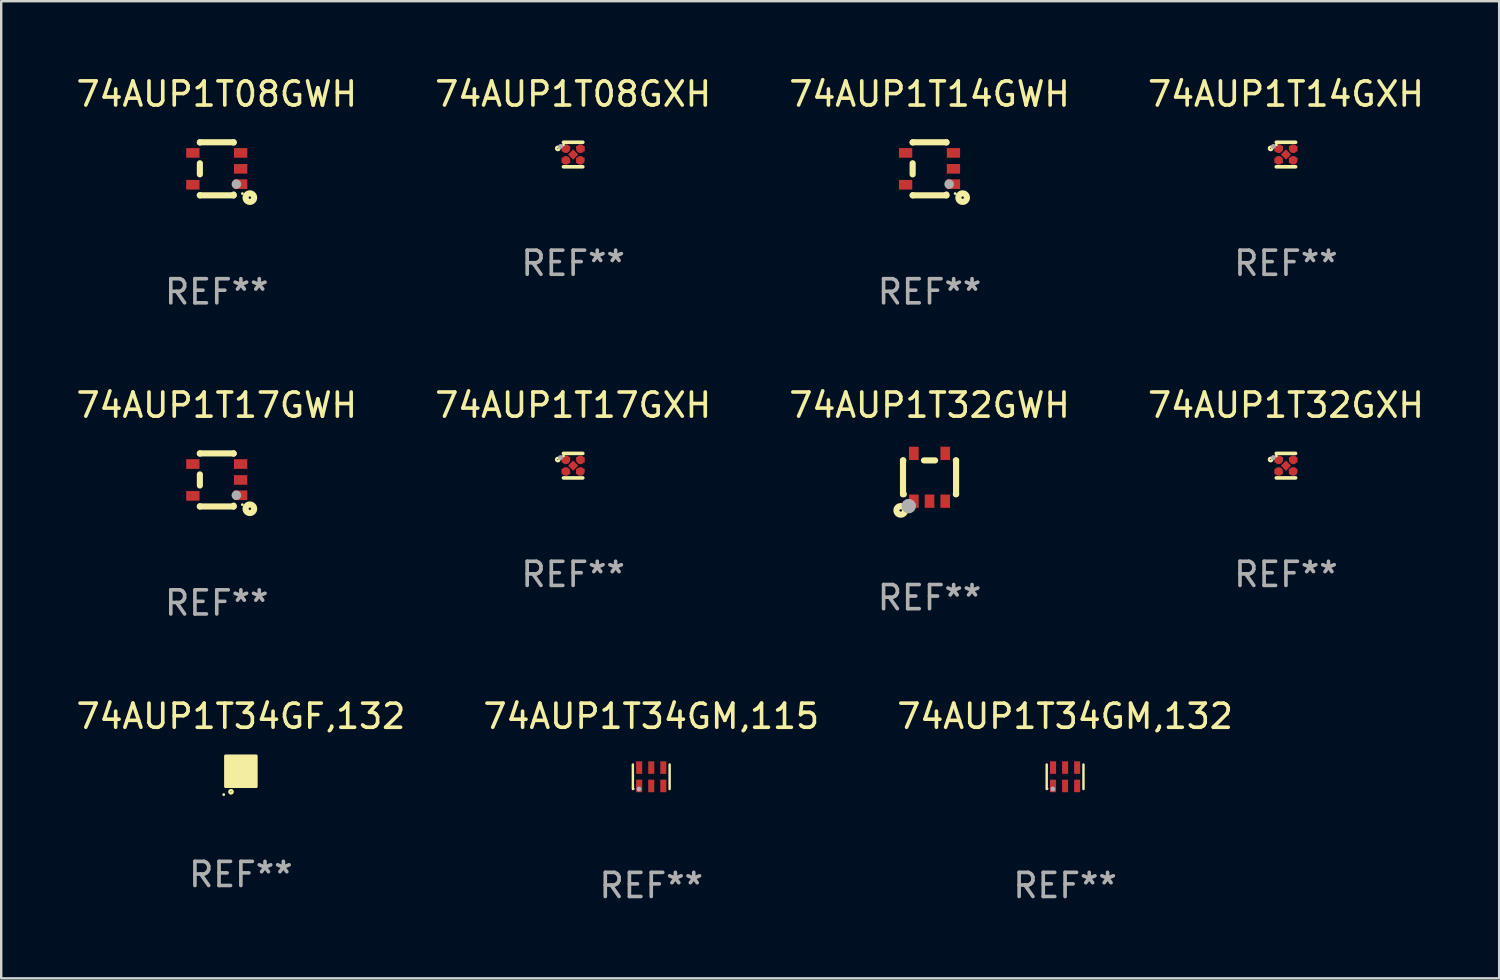
<source format=kicad_pcb>
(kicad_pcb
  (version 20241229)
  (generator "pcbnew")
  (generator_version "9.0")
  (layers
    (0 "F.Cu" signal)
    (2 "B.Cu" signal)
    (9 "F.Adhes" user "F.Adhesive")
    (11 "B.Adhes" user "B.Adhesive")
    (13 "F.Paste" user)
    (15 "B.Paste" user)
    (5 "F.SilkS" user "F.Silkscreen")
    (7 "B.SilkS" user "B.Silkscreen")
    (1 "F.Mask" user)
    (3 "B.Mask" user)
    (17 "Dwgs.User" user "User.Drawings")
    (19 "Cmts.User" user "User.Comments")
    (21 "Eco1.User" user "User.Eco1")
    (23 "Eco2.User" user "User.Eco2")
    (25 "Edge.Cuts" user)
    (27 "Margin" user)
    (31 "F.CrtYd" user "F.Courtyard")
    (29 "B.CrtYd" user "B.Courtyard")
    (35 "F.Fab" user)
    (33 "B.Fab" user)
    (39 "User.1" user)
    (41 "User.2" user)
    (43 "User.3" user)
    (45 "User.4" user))
  (footprint "74AUP1T17GWH"
    (layer "F.Cu")
    (at 5.935 16.845)
    (property "Reference" "74AUP1T17GWH" (at 0 -3.1 0) (layer "F.SilkS") (effects (font (size 1 1) (thickness 0.15))))
    (attr through_hole)
    (fp_line (start -0.7 -1.1) (end 0.7 -1.1) (stroke (width 0.254) (type solid)) (layer "F.SilkS"))
    (fp_line (start -0.7 -1.09) (end -0.7 -1.1) (stroke (width 0.254) (type solid)) (layer "F.SilkS"))
    (fp_line (start -0.7 0.23) (end -0.7 -0.23) (stroke (width 0.254) (type solid)) (layer "F.SilkS"))
    (fp_line (start -0.7 1.1) (end -0.7 1.09) (stroke (width 0.254) (type solid)) (layer "F.SilkS"))
    (fp_line (start -0.7 1.1) (end 0.7 1.1) (stroke (width 0.254) (type solid)) (layer "F.SilkS"))
    (fp_line (start 0.7 -1.09) (end 0.7 -1.1) (stroke (width 0.254) (type solid)) (layer "F.SilkS"))
    (fp_line (start 0.7 1.1) (end 0.7 1.065) (stroke (width 0.254) (type solid)) (layer "F.SilkS"))
    (fp_circle (center 1.062 1.025) (end 1.092 1.025) (stroke (width 0.06) (type solid)) (fill no) (layer "F.SilkS"))
    (fp_circle (center 1.372 1.194) (end 1.422 1.194) (stroke (width 0.254) (type solid)) (fill no) (layer "F.SilkS"))
    (fp_circle (center 0.813 0.635) (end 0.913 0.635) (stroke (width 0.2) (type solid)) (fill no) (layer "F.Fab"))
    (fp_text user "REF**" (at 0 5.1 0) (layer "F.Fab") (effects (font (size 1 1) (thickness 0.15))))
    (pad "1" smd rect (at 0.991 0.635 270) (size 0.399 0.551) (layers "F.Cu" "F.Mask" "F.Paste"))
    (pad "2" smd rect (at 0.991 0.000051 270) (size 0.399 0.551) (layers "F.Cu" "F.Mask" "F.Paste"))
    (pad "3" smd rect (at 0.991 -0.66 270) (size 0.399 0.551) (layers "F.Cu" "F.Mask" "F.Paste"))
    (pad "4" smd rect (at -0.991 -0.66 270) (size 0.399 0.551) (layers "F.Cu" "F.Mask" "F.Paste"))
    (pad "5" smd rect (at -0.991 0.66 270) (size 0.399 0.551) (layers "F.Cu" "F.Mask" "F.Paste")))
  (footprint "74AUP1T32GWH"
    (layer "F.Cu")
    (at 35.482 16.735)
    (property "Reference" "74AUP1T32GWH" (at 0 -2.991 0) (layer "F.SilkS") (effects (font (size 1 1) (thickness 0.15))))
    (attr through_hole)
    (fp_line (start -1.1 -0.7) (end -1.1 0.7) (stroke (width 0.254) (type solid)) (layer "F.SilkS"))
    (fp_line (start -1.1 -0.7) (end -1.09 -0.7) (stroke (width 0.254) (type solid)) (layer "F.SilkS"))
    (fp_line (start -1.1 0.7) (end -1.065 0.7) (stroke (width 0.254) (type solid)) (layer "F.SilkS"))
    (fp_line (start -0.23 -0.7) (end 0.23 -0.7) (stroke (width 0.254) (type solid)) (layer "F.SilkS"))
    (fp_line (start 1.09 -0.7) (end 1.1 -0.7) (stroke (width 0.254) (type solid)) (layer "F.SilkS"))
    (fp_line (start 1.09 0.7) (end 1.1 0.7) (stroke (width 0.254) (type solid)) (layer "F.SilkS"))
    (fp_line (start 1.1 -0.7) (end 1.1 0.7) (stroke (width 0.254) (type solid)) (layer "F.SilkS"))
    (fp_circle (center -1.194 1.372) (end -1.143 1.372) (stroke (width 0.254) (type solid)) (fill no) (layer "F.SilkS"))
    (fp_circle (center -1.05 1.063) (end -1.02 1.063) (stroke (width 0.06) (type solid)) (fill no) (layer "F.SilkS"))
    (fp_circle (center -0.864 1.194) (end -0.713 1.194) (stroke (width 0.3) (type solid)) (fill no) (layer "F.Fab"))
    (fp_text user "REF**" (at 0 4.991 0) (layer "F.Fab") (effects (font (size 1 1) (thickness 0.15))))
    (pad "1" smd rect (at -0.65 0.991 180) (size 0.399 0.551) (layers "F.Cu" "F.Mask" "F.Paste"))
    (pad "2" smd rect (at 0 0.991 180) (size 0.399 0.551) (layers "F.Cu" "F.Mask" "F.Paste"))
    (pad "3" smd rect (at 0.65 0.991 180) (size 0.399 0.551) (layers "F.Cu" "F.Mask" "F.Paste"))
    (pad "4" smd rect (at 0.65 -0.991 180) (size 0.399 0.551) (layers "F.Cu" "F.Mask" "F.Paste"))
    (pad "5" smd rect (at -0.65 -0.991 180) (size 0.399 0.551) (layers "F.Cu" "F.Mask" "F.Paste")))
  (footprint "74AUP1T08GWH"
    (layer "F.Cu")
    (at 5.935 3.948)
    (property "Reference" "74AUP1T08GWH" (at 0 -3.1 0) (layer "F.SilkS") (effects (font (size 1 1) (thickness 0.15))))
    (attr through_hole)
    (fp_line (start -0.7 -1.1) (end 0.7 -1.1) (stroke (width 0.254) (type solid)) (layer "F.SilkS"))
    (fp_line (start -0.7 -1.09) (end -0.7 -1.1) (stroke (width 0.254) (type solid)) (layer "F.SilkS"))
    (fp_line (start -0.7 0.23) (end -0.7 -0.23) (stroke (width 0.254) (type solid)) (layer "F.SilkS"))
    (fp_line (start -0.7 1.1) (end -0.7 1.09) (stroke (width 0.254) (type solid)) (layer "F.SilkS"))
    (fp_line (start -0.7 1.1) (end 0.7 1.1) (stroke (width 0.254) (type solid)) (layer "F.SilkS"))
    (fp_line (start 0.7 -1.09) (end 0.7 -1.1) (stroke (width 0.254) (type solid)) (layer "F.SilkS"))
    (fp_line (start 0.7 1.1) (end 0.7 1.065) (stroke (width 0.254) (type solid)) (layer "F.SilkS"))
    (fp_circle (center 1.062 1.025) (end 1.092 1.025) (stroke (width 0.06) (type solid)) (fill no) (layer "F.SilkS"))
    (fp_circle (center 1.372 1.194) (end 1.422 1.194) (stroke (width 0.254) (type solid)) (fill no) (layer "F.SilkS"))
    (fp_circle (center 0.813 0.635) (end 0.913 0.635) (stroke (width 0.2) (type solid)) (fill no) (layer "F.Fab"))
    (fp_text user "REF**" (at 0 5.1 0) (layer "F.Fab") (effects (font (size 1 1) (thickness 0.15))))
    (pad "1" smd rect (at 0.991 0.635 270) (size 0.399 0.551) (layers "F.Cu" "F.Mask" "F.Paste"))
    (pad "2" smd rect (at 0.991 0.000051 270) (size 0.399 0.551) (layers "F.Cu" "F.Mask" "F.Paste"))
    (pad "3" smd rect (at 0.991 -0.66 270) (size 0.399 0.551) (layers "F.Cu" "F.Mask" "F.Paste"))
    (pad "4" smd rect (at -0.991 -0.66 270) (size 0.399 0.551) (layers "F.Cu" "F.Mask" "F.Paste"))
    (pad "5" smd rect (at -0.991 0.66 270) (size 0.399 0.551) (layers "F.Cu" "F.Mask" "F.Paste")))
  (footprint "74AUP1T17GXH"
    (layer "F.Cu")
    (at 20.708 16.253)
    (property "Reference" "74AUP1T17GXH" (at 0 -2.508 0) (layer "F.SilkS") (effects (font (size 1 1) (thickness 0.15))))
    (attr through_hole)
    (fp_line (start 0.4 -0.508) (end -0.4 -0.508) (stroke (width 0.15) (type solid)) (layer "F.SilkS"))
    (fp_line (start 0.4 0.508) (end -0.4 0.508) (stroke (width 0.15) (type solid)) (layer "F.SilkS"))
    (fp_circle (center -0.635 -0.254) (end -0.615 -0.254) (stroke (width 0.1) (type solid)) (fill no) (layer "F.SilkS"))
    (fp_circle (center -0.401 -0.4) (end -0.371 -0.4) (stroke (width 0.06) (type solid)) (fill no) (layer "F.SilkS"))
    (fp_circle (center -0.523 -0.337) (end -0.473 -0.337) (stroke (width 0.1) (type solid)) (fill no) (layer "F.Fab"))
    (fp_text user "REF**" (at 0 4.508 0) (layer "F.Fab") (effects (font (size 1 1) (thickness 0.15))))
    (pad "1" smd custom (at -0.3 -0.24) (size 0.36 0.22) (layers "F.Cu" "F.Mask" "F.Paste") (options (anchor circle)) (primitives (gr_poly (pts (xy -0.18 -0.11) (xy -0.18 0.11) (xy 0.000127 0.11) (xy 0.18 -0.03) (xy 0.18 -0.11) (xy -0.18 -0.11)) (width 0) (fill yes))))
    (pad "2" smd custom (at -0.3 0.24) (size 0.36 0.22) (layers "F.Cu" "F.Mask" "F.Paste") (options (anchor circle)) (primitives (gr_poly (pts (xy -0.18 0.11) (xy -0.18 -0.11) (xy 0.000127 -0.11) (xy 0.18 0.03) (xy 0.18 0.11) (xy -0.18 0.11)) (width 0) (fill yes))))
    (pad "3" smd rect (at 0.000102 -0.000127 45) (size 0.3 0.3) (layers "F.Cu" "F.Mask" "F.Paste"))
    (pad "4" smd custom (at 0.3 0.24 180) (size 0.36 0.22) (layers "F.Cu" "F.Mask" "F.Paste") (options (anchor circle)) (primitives (gr_poly (pts (xy 0.18 0.11) (xy 0.18 -0.11) (xy -0.000178 -0.11) (xy -0.18 0.03) (xy -0.18 0.11) (xy 0.18 0.11)) (width 0) (fill yes))))
    (pad "5" smd custom (at 0.3 -0.24) (size 0.36 0.22) (layers "F.Cu" "F.Mask" "F.Paste") (options (anchor circle)) (primitives (gr_poly (pts (xy 0.18 -0.11) (xy 0.18 0.11) (xy -0.000152 0.11) (xy -0.18 -0.03) (xy -0.18 -0.11) (xy 0.18 -0.11)) (width 0) (fill yes)))))
  (footprint "74AUP1T34GF,132"
    (layer "F.Cu")
    (at 6.935 28.921)
    (property "Reference" "74AUP1T34GF,132" (at 0 -2.28 0) (layer "F.SilkS") (effects (font (size 1 1) (thickness 0.15))))
    (attr through_hole)
    (fp_circle (center -0.71 0.968) (end -0.68 0.968) (stroke (width 0.06) (type solid)) (fill no) (layer "F.SilkS"))
    (fp_circle (center -0.41 0.85) (end -0.342 0.85) (stroke (width 0.1) (type solid)) (fill no) (layer "F.SilkS"))
    (fp_poly (pts (xy -0.635 -0.635) (xy 0.635 -0.635) (xy 0.635 0.635) (xy -0.635 0.635)) (stroke (width 0.12) (type solid)) (fill yes) (layer "F.SilkS"))
    (fp_text user "REF**" (at 0 4.28 0) (layer "F.Fab") (effects (font (size 1 1) (thickness 0.15))))
    (pad "1" smd rect (at -0.35 0.28 90) (size 0.35 0.2) (layers "F.Cu" "F.Mask" "F.Paste"))
    (pad "2" smd rect (at 0 0.28 90) (size 0.35 0.2) (layers "F.Cu" "F.Mask" "F.Paste"))
    (pad "3" smd rect (at 0.35 0.28 90) (size 0.35 0.2) (layers "F.Cu" "F.Mask" "F.Paste"))
    (pad "4" smd rect (at 0.35 -0.28 90) (size 0.35 0.2) (layers "F.Cu" "F.Mask" "F.Paste"))
    (pad "5" smd rect (at 0 -0.28 90) (size 0.35 0.2) (layers "F.Cu" "F.Mask" "F.Paste"))
    (pad "6" smd rect (at -0.35 -0.28 90) (size 0.35 0.2) (layers "F.Cu" "F.Mask" "F.Paste")))
  (footprint "74AUP1T14GXH"
    (layer "F.Cu")
    (at 50.256 3.356)
    (property "Reference" "74AUP1T14GXH" (at 0 -2.508 0) (layer "F.SilkS") (effects (font (size 1 1) (thickness 0.15))))
    (attr through_hole)
    (fp_line (start 0.4 -0.508) (end -0.4 -0.508) (stroke (width 0.15) (type solid)) (layer "F.SilkS"))
    (fp_line (start 0.4 0.508) (end -0.4 0.508) (stroke (width 0.15) (type solid)) (layer "F.SilkS"))
    (fp_circle (center -0.635 -0.254) (end -0.615 -0.254) (stroke (width 0.1) (type solid)) (fill no) (layer "F.SilkS"))
    (fp_circle (center -0.401 -0.4) (end -0.371 -0.4) (stroke (width 0.06) (type solid)) (fill no) (layer "F.SilkS"))
    (fp_circle (center -0.523 -0.337) (end -0.473 -0.337) (stroke (width 0.1) (type solid)) (fill no) (layer "F.Fab"))
    (fp_text user "REF**" (at 0 4.508 0) (layer "F.Fab") (effects (font (size 1 1) (thickness 0.15))))
    (pad "1" smd custom (at -0.3 -0.24) (size 0.36 0.22) (layers "F.Cu" "F.Mask" "F.Paste") (options (anchor circle)) (primitives (gr_poly (pts (xy -0.18 -0.11) (xy -0.18 0.11) (xy 0.000127 0.11) (xy 0.18 -0.03) (xy 0.18 -0.11) (xy -0.18 -0.11)) (width 0) (fill yes))))
    (pad "2" smd custom (at -0.3 0.24) (size 0.36 0.22) (layers "F.Cu" "F.Mask" "F.Paste") (options (anchor circle)) (primitives (gr_poly (pts (xy -0.18 0.11) (xy -0.18 -0.11) (xy 0.000127 -0.11) (xy 0.18 0.03) (xy 0.18 0.11) (xy -0.18 0.11)) (width 0) (fill yes))))
    (pad "3" smd rect (at 0.000102 -0.000127 45) (size 0.3 0.3) (layers "F.Cu" "F.Mask" "F.Paste"))
    (pad "4" smd custom (at 0.3 0.24 180) (size 0.36 0.22) (layers "F.Cu" "F.Mask" "F.Paste") (options (anchor circle)) (primitives (gr_poly (pts (xy 0.18 0.11) (xy 0.18 -0.11) (xy -0.000178 -0.11) (xy -0.18 0.03) (xy -0.18 0.11) (xy 0.18 0.11)) (width 0) (fill yes))))
    (pad "5" smd custom (at 0.3 -0.24) (size 0.36 0.22) (layers "F.Cu" "F.Mask" "F.Paste") (options (anchor circle)) (primitives (gr_poly (pts (xy 0.18 -0.11) (xy 0.18 0.11) (xy -0.000152 0.11) (xy -0.18 -0.03) (xy -0.18 -0.11) (xy 0.18 -0.11)) (width 0) (fill yes)))))
  (footprint "74AUP1T08GXH"
    (layer "F.Cu")
    (at 20.708 3.356)
    (property "Reference" "74AUP1T08GXH" (at 0 -2.508 0) (layer "F.SilkS") (effects (font (size 1 1) (thickness 0.15))))
    (attr through_hole)
    (fp_line (start 0.4 -0.508) (end -0.4 -0.508) (stroke (width 0.15) (type solid)) (layer "F.SilkS"))
    (fp_line (start 0.4 0.508) (end -0.4 0.508) (stroke (width 0.15) (type solid)) (layer "F.SilkS"))
    (fp_circle (center -0.635 -0.254) (end -0.615 -0.254) (stroke (width 0.1) (type solid)) (fill no) (layer "F.SilkS"))
    (fp_circle (center -0.401 -0.4) (end -0.371 -0.4) (stroke (width 0.06) (type solid)) (fill no) (layer "F.SilkS"))
    (fp_circle (center -0.523 -0.337) (end -0.473 -0.337) (stroke (width 0.1) (type solid)) (fill no) (layer "F.Fab"))
    (fp_text user "REF**" (at 0 4.508 0) (layer "F.Fab") (effects (font (size 1 1) (thickness 0.15))))
    (pad "1" smd custom (at -0.3 -0.24) (size 0.36 0.22) (layers "F.Cu" "F.Mask" "F.Paste") (options (anchor circle)) (primitives (gr_poly (pts (xy -0.18 -0.11) (xy -0.18 0.11) (xy 0.000127 0.11) (xy 0.18 -0.03) (xy 0.18 -0.11) (xy -0.18 -0.11)) (width 0) (fill yes))))
    (pad "2" smd custom (at -0.3 0.24) (size 0.36 0.22) (layers "F.Cu" "F.Mask" "F.Paste") (options (anchor circle)) (primitives (gr_poly (pts (xy -0.18 0.11) (xy -0.18 -0.11) (xy 0.000127 -0.11) (xy 0.18 0.03) (xy 0.18 0.11) (xy -0.18 0.11)) (width 0) (fill yes))))
    (pad "3" smd rect (at 0.000102 -0.000127 45) (size 0.3 0.3) (layers "F.Cu" "F.Mask" "F.Paste"))
    (pad "4" smd custom (at 0.3 0.24 180) (size 0.36 0.22) (layers "F.Cu" "F.Mask" "F.Paste") (options (anchor circle)) (primitives (gr_poly (pts (xy 0.18 0.11) (xy 0.18 -0.11) (xy -0.000178 -0.11) (xy -0.18 0.03) (xy -0.18 0.11) (xy 0.18 0.11)) (width 0) (fill yes))))
    (pad "5" smd custom (at 0.3 -0.24) (size 0.36 0.22) (layers "F.Cu" "F.Mask" "F.Paste") (options (anchor circle)) (primitives (gr_poly (pts (xy 0.18 -0.11) (xy 0.18 0.11) (xy -0.000152 0.11) (xy -0.18 -0.03) (xy -0.18 -0.11) (xy 0.18 -0.11)) (width 0) (fill yes)))))
  (footprint "74AUP1T32GXH"
    (layer "F.Cu")
    (at 50.256 16.253)
    (property "Reference" "74AUP1T32GXH" (at 0 -2.508 0) (layer "F.SilkS") (effects (font (size 1 1) (thickness 0.15))))
    (attr through_hole)
    (fp_line (start 0.4 -0.508) (end -0.4 -0.508) (stroke (width 0.15) (type solid)) (layer "F.SilkS"))
    (fp_line (start 0.4 0.508) (end -0.4 0.508) (stroke (width 0.15) (type solid)) (layer "F.SilkS"))
    (fp_circle (center -0.635 -0.254) (end -0.615 -0.254) (stroke (width 0.1) (type solid)) (fill no) (layer "F.SilkS"))
    (fp_circle (center -0.401 -0.4) (end -0.371 -0.4) (stroke (width 0.06) (type solid)) (fill no) (layer "F.SilkS"))
    (fp_circle (center -0.523 -0.337) (end -0.473 -0.337) (stroke (width 0.1) (type solid)) (fill no) (layer "F.Fab"))
    (fp_text user "REF**" (at 0 4.508 0) (layer "F.Fab") (effects (font (size 1 1) (thickness 0.15))))
    (pad "1" smd custom (at -0.3 -0.24) (size 0.36 0.22) (layers "F.Cu" "F.Mask" "F.Paste") (options (anchor circle)) (primitives (gr_poly (pts (xy -0.18 -0.11) (xy -0.18 0.11) (xy 0.000127 0.11) (xy 0.18 -0.03) (xy 0.18 -0.11) (xy -0.18 -0.11)) (width 0) (fill yes))))
    (pad "2" smd custom (at -0.3 0.24) (size 0.36 0.22) (layers "F.Cu" "F.Mask" "F.Paste") (options (anchor circle)) (primitives (gr_poly (pts (xy -0.18 0.11) (xy -0.18 -0.11) (xy 0.000127 -0.11) (xy 0.18 0.03) (xy 0.18 0.11) (xy -0.18 0.11)) (width 0) (fill yes))))
    (pad "3" smd rect (at 0.000102 -0.000127 45) (size 0.3 0.3) (layers "F.Cu" "F.Mask" "F.Paste"))
    (pad "4" smd custom (at 0.3 0.24 180) (size 0.36 0.22) (layers "F.Cu" "F.Mask" "F.Paste") (options (anchor circle)) (primitives (gr_poly (pts (xy 0.18 0.11) (xy 0.18 -0.11) (xy -0.000178 -0.11) (xy -0.18 0.03) (xy -0.18 0.11) (xy 0.18 0.11)) (width 0) (fill yes))))
    (pad "5" smd custom (at 0.3 -0.24) (size 0.36 0.22) (layers "F.Cu" "F.Mask" "F.Paste") (options (anchor circle)) (primitives (gr_poly (pts (xy 0.18 -0.11) (xy 0.18 0.11) (xy -0.000152 0.11) (xy -0.18 -0.03) (xy -0.18 -0.11) (xy 0.18 -0.11)) (width 0) (fill yes)))))
  (footprint "74AUP1T34GM,115"
    (layer "F.Cu")
    (at 23.946 29.149)
    (property "Reference" "74AUP1T34GM,115" (at 0 -2.508 0) (layer "F.SilkS") (effects (font (size 1 1) (thickness 0.15))))
    (attr through_hole)
    (fp_line (start -0.762 -0.508) (end -0.762 0.508) (stroke (width 0.1) (type solid)) (layer "F.SilkS"))
    (fp_line (start 0.762 -0.508) (end 0.762 0.508) (stroke (width 0.1) (type solid)) (layer "F.SilkS"))
    (fp_circle (center -0.725 0.5) (end -0.705 0.5) (stroke (width 0.04) (type solid)) (fill no) (layer "F.SilkS"))
    (fp_circle (center -0.508 0.508) (end -0.458 0.508) (stroke (width 0.1) (type solid)) (fill no) (layer "F.Fab"))
    (fp_text user "REF**" (at 0 4.508 0) (layer "F.Fab") (effects (font (size 1 1) (thickness 0.15))))
    (pad "1" smd rect (at -0.5 0.38) (size 0.25 0.52) (layers "F.Cu" "F.Mask" "F.Paste"))
    (pad "2" smd rect (at -0.000127 0.38) (size 0.25 0.52) (layers "F.Cu" "F.Mask" "F.Paste"))
    (pad "3" smd rect (at 0.5 0.38) (size 0.25 0.52) (layers "F.Cu" "F.Mask" "F.Paste"))
    (pad "4" smd rect (at 0.5 -0.38 180) (size 0.25 0.52) (layers "F.Cu" "F.Mask" "F.Paste"))
    (pad "5" smd rect (at -0.000127 -0.38 180) (size 0.25 0.52) (layers "F.Cu" "F.Mask" "F.Paste"))
    (pad "6" smd rect (at -0.5 -0.38 180) (size 0.25 0.52) (layers "F.Cu" "F.Mask" "F.Paste")))
  (footprint "74AUP1T34GM,132"
    (layer "F.Cu")
    (at 41.101 29.149)
    (property "Reference" "74AUP1T34GM,132" (at 0 -2.508 0) (layer "F.SilkS") (effects (font (size 1 1) (thickness 0.15))))
    (attr through_hole)
    (fp_line (start -0.762 -0.508) (end -0.762 0.508) (stroke (width 0.1) (type solid)) (layer "F.SilkS"))
    (fp_line (start 0.762 -0.508) (end 0.762 0.508) (stroke (width 0.1) (type solid)) (layer "F.SilkS"))
    (fp_circle (center -0.725 0.5) (end -0.705 0.5) (stroke (width 0.04) (type solid)) (fill no) (layer "F.SilkS"))
    (fp_circle (center -0.508 0.508) (end -0.458 0.508) (stroke (width 0.1) (type solid)) (fill no) (layer "F.Fab"))
    (fp_text user "REF**" (at 0 4.508 0) (layer "F.Fab") (effects (font (size 1 1) (thickness 0.15))))
    (pad "1" smd rect (at -0.5 0.38) (size 0.25 0.52) (layers "F.Cu" "F.Mask" "F.Paste"))
    (pad "2" smd rect (at -0.000127 0.38) (size 0.25 0.52) (layers "F.Cu" "F.Mask" "F.Paste"))
    (pad "3" smd rect (at 0.5 0.38) (size 0.25 0.52) (layers "F.Cu" "F.Mask" "F.Paste"))
    (pad "4" smd rect (at 0.5 -0.38 180) (size 0.25 0.52) (layers "F.Cu" "F.Mask" "F.Paste"))
    (pad "5" smd rect (at -0.000127 -0.38 180) (size 0.25 0.52) (layers "F.Cu" "F.Mask" "F.Paste"))
    (pad "6" smd rect (at -0.5 -0.38 180) (size 0.25 0.52) (layers "F.Cu" "F.Mask" "F.Paste")))
  (footprint "74AUP1T14GWH"
    (layer "F.Cu")
    (at 35.482 3.948)
    (property "Reference" "74AUP1T14GWH" (at 0 -3.1 0) (layer "F.SilkS") (effects (font (size 1 1) (thickness 0.15))))
    (attr through_hole)
    (fp_line (start -0.7 -1.1) (end 0.7 -1.1) (stroke (width 0.254) (type solid)) (layer "F.SilkS"))
    (fp_line (start -0.7 -1.09) (end -0.7 -1.1) (stroke (width 0.254) (type solid)) (layer "F.SilkS"))
    (fp_line (start -0.7 0.23) (end -0.7 -0.23) (stroke (width 0.254) (type solid)) (layer "F.SilkS"))
    (fp_line (start -0.7 1.1) (end -0.7 1.09) (stroke (width 0.254) (type solid)) (layer "F.SilkS"))
    (fp_line (start -0.7 1.1) (end 0.7 1.1) (stroke (width 0.254) (type solid)) (layer "F.SilkS"))
    (fp_line (start 0.7 -1.09) (end 0.7 -1.1) (stroke (width 0.254) (type solid)) (layer "F.SilkS"))
    (fp_line (start 0.7 1.1) (end 0.7 1.065) (stroke (width 0.254) (type solid)) (layer "F.SilkS"))
    (fp_circle (center 1.062 1.025) (end 1.092 1.025) (stroke (width 0.06) (type solid)) (fill no) (layer "F.SilkS"))
    (fp_circle (center 1.372 1.194) (end 1.422 1.194) (stroke (width 0.254) (type solid)) (fill no) (layer "F.SilkS"))
    (fp_circle (center 0.813 0.635) (end 0.913 0.635) (stroke (width 0.2) (type solid)) (fill no) (layer "F.Fab"))
    (fp_text user "REF**" (at 0 5.1 0) (layer "F.Fab") (effects (font (size 1 1) (thickness 0.15))))
    (pad "1" smd rect (at 0.991 0.635 270) (size 0.399 0.551) (layers "F.Cu" "F.Mask" "F.Paste"))
    (pad "2" smd rect (at 0.991 0.000051 270) (size 0.399 0.551) (layers "F.Cu" "F.Mask" "F.Paste"))
    (pad "3" smd rect (at 0.991 -0.66 270) (size 0.399 0.551) (layers "F.Cu" "F.Mask" "F.Paste"))
    (pad "4" smd rect (at -0.991 -0.66 270) (size 0.399 0.551) (layers "F.Cu" "F.Mask" "F.Paste"))
    (pad "5" smd rect (at -0.991 0.66 270) (size 0.399 0.551) (layers "F.Cu" "F.Mask" "F.Paste")))
  (gr_rect
    (start -3 -3)
    (end 59.095 37.506)
    (stroke (width 0.1) (type default))
    (fill no)
    (layer "Edge.Cuts")))
</source>
